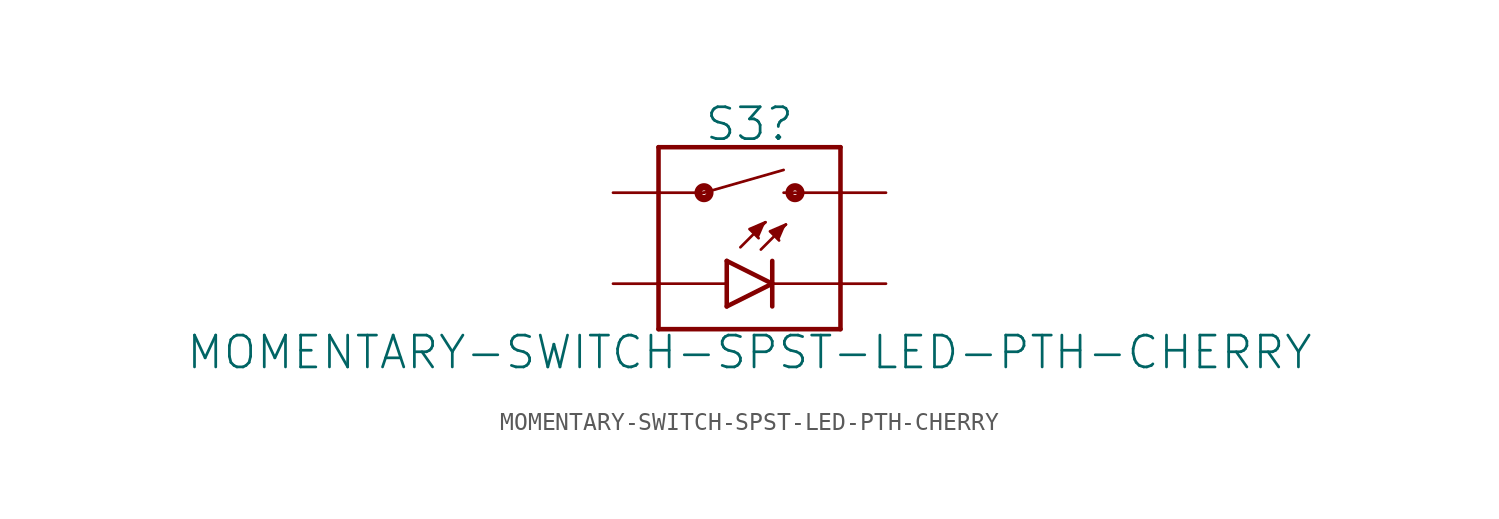
<source format=kicad_sym>
(kicad_symbol_lib
  (version 20211014)
  (generator kicad_symbol_editor)
  (symbol "MOMENTARY-SWITCH-SPST-LED-PTH-CHERRY"
    (property "Reference" "S3"
      (at 0 5.334 0)
      (effects (font (size 1.778 1.778)) (justify bottom)))
    (property "Value" "MOMENTARY-SWITCH-SPST-LED-PTH-CHERRY"
      (at 0 -5.334 0)
      (effects (font (size 1.778 1.778)) (justify top)))
    (property "ki_locked" ""
      (at 0 0 0)
      (effects (font (size 1.27 1.27))))
    (symbol "MOMENTARY-SWITCH-SPST-LED-PTH-CHERRY_1_0"
      (circle (center -2.54 2.54) (radius 0.127) (stroke (width 0.406) (type default) (color 0 0 0 0)) (fill (type none)))
      (polyline (pts (xy -5.08 -5.08) (xy 5.08 -5.08)) (stroke (width 0.254) (type default) (color 0 0 0 0)) (fill (type none)))
      (polyline (pts (xy -5.08 -2.54) (xy -5.08 -5.08)) (stroke (width 0.254) (type default) (color 0 0 0 0)) (fill (type none)))
      (polyline (pts (xy -5.08 -2.54) (xy -1.27 -2.54)) (stroke (width 0.152) (type default) (color 0 0 0 0)) (fill (type none)))
      (polyline (pts (xy -5.08 2.54) (xy -5.08 -2.54)) (stroke (width 0.254) (type default) (color 0 0 0 0)) (fill (type none)))
      (polyline (pts (xy -5.08 2.54) (xy -2.54 2.54)) (stroke (width 0.152) (type default) (color 0 0 0 0)) (fill (type none)))
      (polyline (pts (xy -5.08 5.08) (xy -5.08 2.54)) (stroke (width 0.254) (type default) (color 0 0 0 0)) (fill (type none)))
      (polyline (pts (xy -2.54 2.54) (xy 1.905 3.81)) (stroke (width 0.152) (type default) (color 0 0 0 0)) (fill (type none)))
      (polyline (pts (xy -1.27 -3.81) (xy -1.27 -2.54)) (stroke (width 0.254) (type default) (color 0 0 0 0)) (fill (type none)))
      (polyline (pts (xy -1.27 -3.81) (xy 1.27 -2.54)) (stroke (width 0.254) (type default) (color 0 0 0 0)) (fill (type none)))
      (polyline (pts (xy -1.27 -2.54) (xy -1.27 -1.27)) (stroke (width 0.254) (type default) (color 0 0 0 0)) (fill (type none)))
      (polyline (pts (xy -0.508 -0.508) (xy 0.889 0.889)) (stroke (width 0.152) (type default) (color 0 0 0 0)) (fill (type none)))
      (polyline (pts (xy 0.635 -0.635) (xy 2.032 0.762)) (stroke (width 0.152) (type default) (color 0 0 0 0)) (fill (type none)))
      (polyline (pts (xy 1.27 -3.81) (xy 1.27 -2.54)) (stroke (width 0.254) (type default) (color 0 0 0 0)) (fill (type none)))
      (polyline (pts (xy 1.27 -2.54) (xy -1.27 -1.27)) (stroke (width 0.254) (type default) (color 0 0 0 0)) (fill (type none)))
      (polyline (pts (xy 1.27 -2.54) (xy 1.27 -1.27)) (stroke (width 0.254) (type default) (color 0 0 0 0)) (fill (type none)))
      (polyline (pts (xy 1.27 -2.54) (xy 5.08 -2.54)) (stroke (width 0.152) (type default) (color 0 0 0 0)) (fill (type none)))
      (polyline (pts (xy 1.905 2.54) (xy 5.08 2.54)) (stroke (width 0.152) (type default) (color 0 0 0 0)) (fill (type none)))
      (polyline (pts (xy 5.08 -5.08) (xy 5.08 -2.54)) (stroke (width 0.254) (type default) (color 0 0 0 0)) (fill (type none)))
      (polyline (pts (xy 5.08 -2.54) (xy 5.08 2.54)) (stroke (width 0.254) (type default) (color 0 0 0 0)) (fill (type none)))
      (polyline (pts (xy 5.08 2.54) (xy 5.08 5.08)) (stroke (width 0.254) (type default) (color 0 0 0 0)) (fill (type none)))
      (polyline (pts (xy 5.08 5.08) (xy -5.08 5.08)) (stroke (width 0.254) (type default) (color 0 0 0 0)) (fill (type none)))
      (polyline (pts (xy 0.889 0.889) (xy 0 0.508) (xy 0.508 0)) (stroke (width 0) (type default) (color 0 0 0 0)) (fill (type outline)))
      (polyline (pts (xy 2.032 0.762) (xy 1.143 0.381) (xy 1.651 -0.127)) (stroke (width 0) (type default) (color 0 0 0 0)) (fill (type outline)))
      (circle (center 2.54 2.54) (radius 0.127) (stroke (width 0.406) (type default) (color 0 0 0 0)) (fill (type none)))
      (pin passive line (at -7.62 -2.54 0) (length 2.54) (name "A" (effects (font (size 0 0)))) (number "A" (effects (font (size 0 0)))))
      (pin passive line (at 7.62 -2.54 180) (length 2.54) (name "C" (effects (font (size 0 0)))) (number "K" (effects (font (size 0 0)))))
      (pin passive line (at -7.62 2.54 0) (length 2.54) (name "1" (effects (font (size 0 0)))) (number "S1" (effects (font (size 0 0)))))
      (pin passive line (at 7.62 2.54 180) (length 2.54) (name "2" (effects (font (size 0 0)))) (number "S2" (effects (font (size 0 0))))))))
</source>
